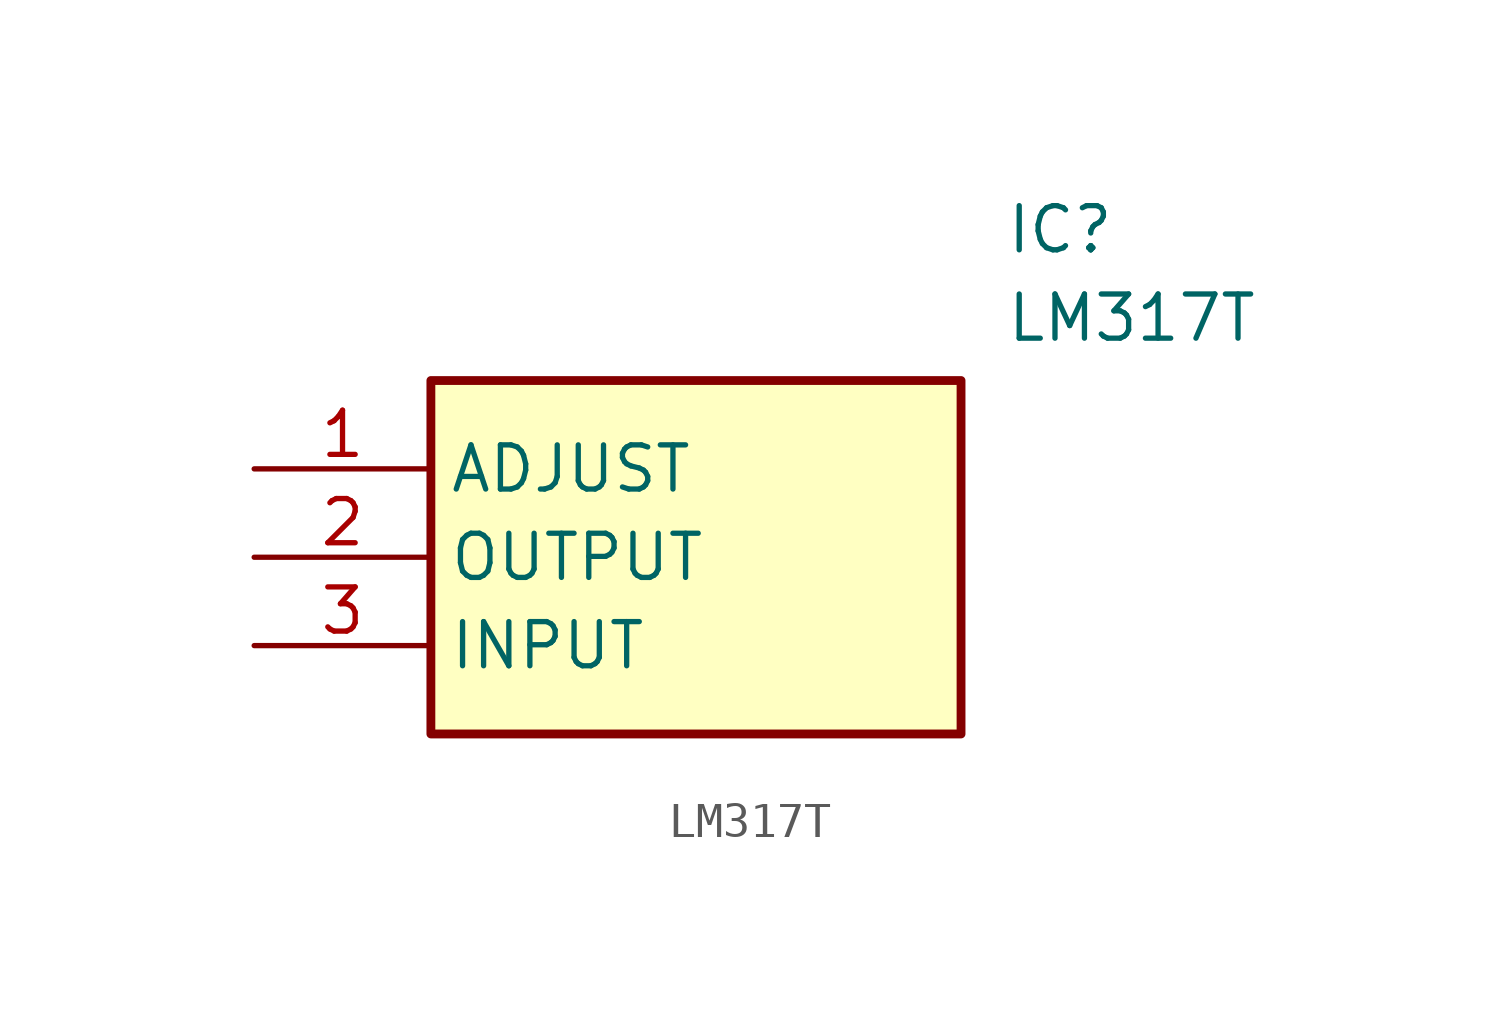
<source format=kicad_sym>
(kicad_symbol_lib
  (version 20211014)
  (generator SamacSys_ECAD_Model)
  (symbol "LM317T"
    (property "Reference" "IC"
      (at 21.59 7.62 0)
      (effects (font (size 1.27 1.27)) (justify left top)))
    (property "Value" "LM317T"
      (at 21.59 5.08 0)
      (effects (font (size 1.27 1.27)) (justify left top)))
    (rectangle
      (start 5.08 2.54)
      (end 20.32 -7.62)
      (stroke (width 0.254) (type default))
      (fill (type background)))
    (pin passive line
      (at 0 0 0)
      (length 5.08)
      (name "ADJUST" (effects (font (size 1.27 1.27))))
      (number "1" (effects (font (size 1.27 1.27)))))
    (pin passive line
      (at 0 -2.54 0)
      (length 5.08)
      (name "OUTPUT" (effects (font (size 1.27 1.27))))
      (number "2" (effects (font (size 1.27 1.27)))))
    (pin passive line
      (at 0 -5.08 0)
      (length 5.08)
      (name "INPUT" (effects (font (size 1.27 1.27))))
      (number "3" (effects (font (size 1.27 1.27)))))))
</source>
